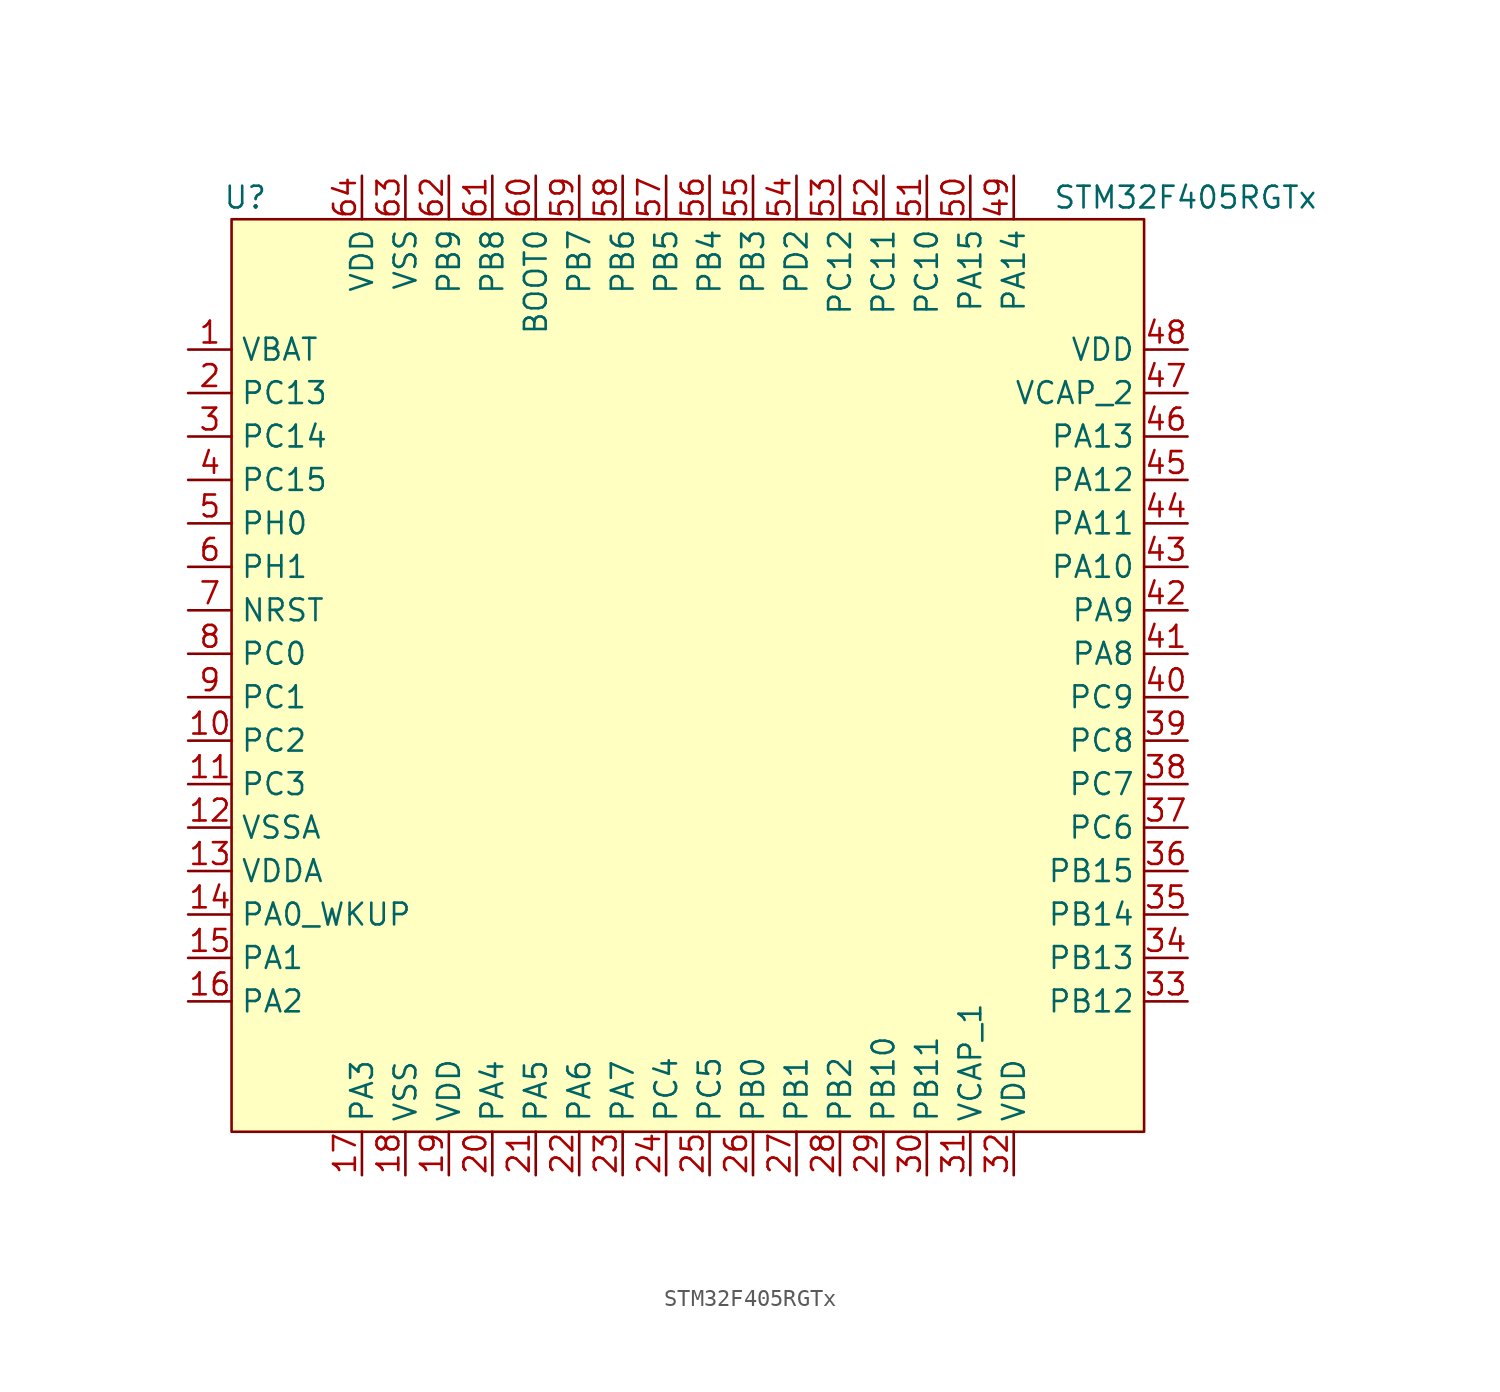
<source format=kicad_sym>
(kicad_symbol_lib
  (version 20231120)
  (generator "kicad_symbol_editor")
  (generator_version "8.0")
  (symbol "STM32F405RGTx"
    (property "Reference" "U"
      (at -25.908 26.67 0)
      (effects (font (size 1.27 1.27)) (justify left)))
    (property "Value" "STM32F405RGTx"
      (at 22.606 26.67 0)
      (effects (font (size 1.27 1.27)) (justify left)))
    (property "ki_locked" ""
      (at 0 0 0)
      (effects (font (size 1.27 1.27))))
    (symbol "STM32F405RGTx_1_1"
      (rectangle (start -25.4 25.4) (end 27.94 -27.94) (stroke (width 0) (type default)) (fill (type background)))
      (pin power_in line (at -27.94 17.78 0) (length 2.54) (name "VBAT" (effects (font (size 1.27 1.27)))) (number "1" (effects (font (size 1.27 1.27)))))
      (pin bidirectional line (at -27.94 -5.08 0) (length 2.54) (name "PC2" (effects (font (size 1.27 1.27)))) (number "10" (effects (font (size 1.27 1.27)))) (alternate "ADC1_IN12" bidirectional line) (alternate "ADC2_IN12" bidirectional line) (alternate "ADC3_IN12" bidirectional line) (alternate "I2S2_ext_SD" bidirectional line) (alternate "SPI2_MISO" bidirectional line) (alternate "USB_OTG_HS_ULPI_DIR" bidirectional line))
      (pin bidirectional line (at -27.94 -7.62 0) (length 2.54) (name "PC3" (effects (font (size 1.27 1.27)))) (number "11" (effects (font (size 1.27 1.27)))) (alternate "ADC1_IN13" bidirectional line) (alternate "ADC2_IN13" bidirectional line) (alternate "ADC3_IN13" bidirectional line) (alternate "I2S2_SD" bidirectional line) (alternate "SPI2_MOSI" bidirectional line) (alternate "USB_OTG_HS_ULPI_NXT" bidirectional line))
      (pin power_in line (at -27.94 -10.16 0) (length 2.54) (name "VSSA" (effects (font (size 1.27 1.27)))) (number "12" (effects (font (size 1.27 1.27)))))
      (pin power_in line (at -27.94 -12.7 0) (length 2.54) (name "VDDA" (effects (font (size 1.27 1.27)))) (number "13" (effects (font (size 1.27 1.27)))))
      (pin bidirectional line (at -27.94 -15.24 0) (length 2.54) (name "PA0_WKUP" (effects (font (size 1.27 1.27)))) (number "14" (effects (font (size 1.27 1.27)))) (alternate "ADC1_IN0" bidirectional line) (alternate "ADC2_IN0" bidirectional line) (alternate "ADC3_IN0" bidirectional line) (alternate "SYS_WKUP" bidirectional line) (alternate "TIM2_CH1" bidirectional line) (alternate "TIM2_ETR" bidirectional line) (alternate "TIM5_CH1" bidirectional line) (alternate "TIM8_ETR" bidirectional line) (alternate "UART4_TX" bidirectional line) (alternate "USART2_CTS" bidirectional line))
      (pin bidirectional line (at -27.94 -17.78 0) (length 2.54) (name "PA1" (effects (font (size 1.27 1.27)))) (number "15" (effects (font (size 1.27 1.27)))) (alternate "ADC1_IN1" bidirectional line) (alternate "ADC2_IN1" bidirectional line) (alternate "ADC3_IN1" bidirectional line) (alternate "TIM2_CH2" bidirectional line) (alternate "TIM5_CH2" bidirectional line) (alternate "UART4_RX" bidirectional line) (alternate "USART2_RTS" bidirectional line))
      (pin bidirectional line (at -27.94 -20.32 0) (length 2.54) (name "PA2" (effects (font (size 1.27 1.27)))) (number "16" (effects (font (size 1.27 1.27)))) (alternate "ADC1_IN2" bidirectional line) (alternate "ADC2_IN2" bidirectional line) (alternate "ADC3_IN2" bidirectional line) (alternate "TIM2_CH3" bidirectional line) (alternate "TIM5_CH3" bidirectional line) (alternate "TIM9_CH1" bidirectional line) (alternate "USART2_TX" bidirectional line))
      (pin bidirectional line (at -17.78 -30.48 90) (length 2.54) (name "PA3" (effects (font (size 1.27 1.27)))) (number "17" (effects (font (size 1.27 1.27)))) (alternate "ADC1_IN3" bidirectional line) (alternate "ADC2_IN3" bidirectional line) (alternate "ADC3_IN3" bidirectional line) (alternate "TIM2_CH4" bidirectional line) (alternate "TIM5_CH4" bidirectional line) (alternate "TIM9_CH2" bidirectional line) (alternate "USART2_RX" bidirectional line) (alternate "USB_OTG_HS_ULPI_D0" bidirectional line))
      (pin power_in line (at -15.24 -30.48 90) (length 2.54) (name "VSS" (effects (font (size 1.27 1.27)))) (number "18" (effects (font (size 1.27 1.27)))))
      (pin power_in line (at -12.7 -30.48 90) (length 2.54) (name "VDD" (effects (font (size 1.27 1.27)))) (number "19" (effects (font (size 1.27 1.27)))))
      (pin bidirectional line (at -27.94 15.24 0) (length 2.54) (name "PC13" (effects (font (size 1.27 1.27)))) (number "2" (effects (font (size 1.27 1.27)))) (alternate "RTC_AF1" bidirectional line))
      (pin bidirectional line (at -10.16 -30.48 90) (length 2.54) (name "PA4" (effects (font (size 1.27 1.27)))) (number "20" (effects (font (size 1.27 1.27)))) (alternate "ADC1_IN4" bidirectional line) (alternate "ADC2_IN4" bidirectional line) (alternate "DAC_OUT1" bidirectional line) (alternate "I2S3_WS" bidirectional line) (alternate "SPI1_NSS" bidirectional line) (alternate "SPI3_NSS" bidirectional line) (alternate "USART2_CK" bidirectional line) (alternate "USB_OTG_HS_SOF" bidirectional line))
      (pin bidirectional line (at -7.62 -30.48 90) (length 2.54) (name "PA5" (effects (font (size 1.27 1.27)))) (number "21" (effects (font (size 1.27 1.27)))) (alternate "ADC1_IN5" bidirectional line) (alternate "ADC2_IN5" bidirectional line) (alternate "DAC_OUT2" bidirectional line) (alternate "SPI1_SCK" bidirectional line) (alternate "TIM2_CH1" bidirectional line) (alternate "TIM2_ETR" bidirectional line) (alternate "TIM8_CH1N" bidirectional line) (alternate "USB_OTG_HS_ULPI_CK" bidirectional line))
      (pin bidirectional line (at -5.08 -30.48 90) (length 2.54) (name "PA6" (effects (font (size 1.27 1.27)))) (number "22" (effects (font (size 1.27 1.27)))) (alternate "ADC1_IN6" bidirectional line) (alternate "ADC2_IN6" bidirectional line) (alternate "SPI1_MISO" bidirectional line) (alternate "TIM13_CH1" bidirectional line) (alternate "TIM1_BKIN" bidirectional line) (alternate "TIM3_CH1" bidirectional line) (alternate "TIM8_BKIN" bidirectional line))
      (pin bidirectional line (at -2.54 -30.48 90) (length 2.54) (name "PA7" (effects (font (size 1.27 1.27)))) (number "23" (effects (font (size 1.27 1.27)))) (alternate "ADC1_IN7" bidirectional line) (alternate "ADC2_IN7" bidirectional line) (alternate "SPI1_MOSI" bidirectional line) (alternate "TIM14_CH1" bidirectional line) (alternate "TIM1_CH1N" bidirectional line) (alternate "TIM3_CH2" bidirectional line) (alternate "TIM8_CH1N" bidirectional line))
      (pin bidirectional line (at 0 -30.48 90) (length 2.54) (name "PC4" (effects (font (size 1.27 1.27)))) (number "24" (effects (font (size 1.27 1.27)))) (alternate "ADC1_IN14" bidirectional line) (alternate "ADC2_IN14" bidirectional line))
      (pin bidirectional line (at 2.54 -30.48 90) (length 2.54) (name "PC5" (effects (font (size 1.27 1.27)))) (number "25" (effects (font (size 1.27 1.27)))) (alternate "ADC1_IN15" bidirectional line) (alternate "ADC2_IN15" bidirectional line))
      (pin bidirectional line (at 5.08 -30.48 90) (length 2.54) (name "PB0" (effects (font (size 1.27 1.27)))) (number "26" (effects (font (size 1.27 1.27)))) (alternate "ADC1_IN8" bidirectional line) (alternate "ADC2_IN8" bidirectional line) (alternate "TIM1_CH2N" bidirectional line) (alternate "TIM3_CH3" bidirectional line) (alternate "TIM8_CH2N" bidirectional line) (alternate "USB_OTG_HS_ULPI_D1" bidirectional line))
      (pin bidirectional line (at 7.62 -30.48 90) (length 2.54) (name "PB1" (effects (font (size 1.27 1.27)))) (number "27" (effects (font (size 1.27 1.27)))) (alternate "ADC1_IN9" bidirectional line) (alternate "ADC2_IN9" bidirectional line) (alternate "TIM1_CH3N" bidirectional line) (alternate "TIM3_CH4" bidirectional line) (alternate "TIM8_CH3N" bidirectional line) (alternate "USB_OTG_HS_ULPI_D2" bidirectional line))
      (pin bidirectional line (at 10.16 -30.48 90) (length 2.54) (name "PB2" (effects (font (size 1.27 1.27)))) (number "28" (effects (font (size 1.27 1.27)))))
      (pin bidirectional line (at 12.7 -30.48 90) (length 2.54) (name "PB10" (effects (font (size 1.27 1.27)))) (number "29" (effects (font (size 1.27 1.27)))) (alternate "I2C2_SCL" bidirectional line) (alternate "I2S2_CK" bidirectional line) (alternate "SPI2_SCK" bidirectional line) (alternate "TIM2_CH3" bidirectional line) (alternate "USART3_TX" bidirectional line) (alternate "USB_OTG_HS_ULPI_D3" bidirectional line))
      (pin bidirectional line (at -27.94 12.7 0) (length 2.54) (name "PC14" (effects (font (size 1.27 1.27)))) (number "3" (effects (font (size 1.27 1.27)))) (alternate "RCC_OSC32_IN" bidirectional line))
      (pin bidirectional line (at 15.24 -30.48 90) (length 2.54) (name "PB11" (effects (font (size 1.27 1.27)))) (number "30" (effects (font (size 1.27 1.27)))) (alternate "ADC1_EXTI11" bidirectional line) (alternate "ADC2_EXTI11" bidirectional line) (alternate "ADC3_EXTI11" bidirectional line) (alternate "I2C2_SDA" bidirectional line) (alternate "TIM2_CH4" bidirectional line) (alternate "USART3_RX" bidirectional line) (alternate "USB_OTG_HS_ULPI_D4" bidirectional line))
      (pin power_out line (at 17.78 -30.48 90) (length 2.54) (name "VCAP_1" (effects (font (size 1.27 1.27)))) (number "31" (effects (font (size 1.27 1.27)))))
      (pin power_in line (at 20.32 -30.48 90) (length 2.54) (name "VDD" (effects (font (size 1.27 1.27)))) (number "32" (effects (font (size 1.27 1.27)))))
      (pin bidirectional line (at 30.48 -20.32 180) (length 2.54) (name "PB12" (effects (font (size 1.27 1.27)))) (number "33" (effects (font (size 1.27 1.27)))) (alternate "CAN2_RX" bidirectional line) (alternate "I2C2_SMBA" bidirectional line) (alternate "I2S2_WS" bidirectional line) (alternate "SPI2_NSS" bidirectional line) (alternate "TIM1_BKIN" bidirectional line) (alternate "USART3_CK" bidirectional line) (alternate "USB_OTG_HS_ID" bidirectional line) (alternate "USB_OTG_HS_ULPI_D5" bidirectional line))
      (pin bidirectional line (at 30.48 -17.78 180) (length 2.54) (name "PB13" (effects (font (size 1.27 1.27)))) (number "34" (effects (font (size 1.27 1.27)))) (alternate "CAN2_TX" bidirectional line) (alternate "I2S2_CK" bidirectional line) (alternate "SPI2_SCK" bidirectional line) (alternate "TIM1_CH1N" bidirectional line) (alternate "USART3_CTS" bidirectional line) (alternate "USB_OTG_HS_ULPI_D6" bidirectional line) (alternate "USB_OTG_HS_VBUS" bidirectional line))
      (pin bidirectional line (at 30.48 -15.24 180) (length 2.54) (name "PB14" (effects (font (size 1.27 1.27)))) (number "35" (effects (font (size 1.27 1.27)))) (alternate "I2S2_ext_SD" bidirectional line) (alternate "SPI2_MISO" bidirectional line) (alternate "TIM12_CH1" bidirectional line) (alternate "TIM1_CH2N" bidirectional line) (alternate "TIM8_CH2N" bidirectional line) (alternate "USART3_RTS" bidirectional line) (alternate "USB_OTG_HS_DM" bidirectional line))
      (pin bidirectional line (at 30.48 -12.7 180) (length 2.54) (name "PB15" (effects (font (size 1.27 1.27)))) (number "36" (effects (font (size 1.27 1.27)))) (alternate "ADC1_EXTI15" bidirectional line) (alternate "ADC2_EXTI15" bidirectional line) (alternate "ADC3_EXTI15" bidirectional line) (alternate "I2S2_SD" bidirectional line) (alternate "RTC_REFIN" bidirectional line) (alternate "SPI2_MOSI" bidirectional line) (alternate "TIM12_CH2" bidirectional line) (alternate "TIM1_CH3N" bidirectional line) (alternate "TIM8_CH3N" bidirectional line) (alternate "USB_OTG_HS_DP" bidirectional line))
      (pin bidirectional line (at 30.48 -10.16 180) (length 2.54) (name "PC6" (effects (font (size 1.27 1.27)))) (number "37" (effects (font (size 1.27 1.27)))) (alternate "I2S2_MCK" bidirectional line) (alternate "SDIO_D6" bidirectional line) (alternate "TIM3_CH1" bidirectional line) (alternate "TIM8_CH1" bidirectional line) (alternate "USART6_TX" bidirectional line))
      (pin bidirectional line (at 30.48 -7.62 180) (length 2.54) (name "PC7" (effects (font (size 1.27 1.27)))) (number "38" (effects (font (size 1.27 1.27)))) (alternate "I2S3_MCK" bidirectional line) (alternate "SDIO_D7" bidirectional line) (alternate "TIM3_CH2" bidirectional line) (alternate "TIM8_CH2" bidirectional line) (alternate "USART6_RX" bidirectional line))
      (pin bidirectional line (at 30.48 -5.08 180) (length 2.54) (name "PC8" (effects (font (size 1.27 1.27)))) (number "39" (effects (font (size 1.27 1.27)))) (alternate "SDIO_D0" bidirectional line) (alternate "TIM3_CH3" bidirectional line) (alternate "TIM8_CH3" bidirectional line) (alternate "USART6_CK" bidirectional line))
      (pin bidirectional line (at -27.94 10.16 0) (length 2.54) (name "PC15" (effects (font (size 1.27 1.27)))) (number "4" (effects (font (size 1.27 1.27)))) (alternate "ADC1_EXTI15" bidirectional line) (alternate "ADC2_EXTI15" bidirectional line) (alternate "ADC3_EXTI15" bidirectional line) (alternate "RCC_OSC32_OUT" bidirectional line))
      (pin bidirectional line (at 30.48 -2.54 180) (length 2.54) (name "PC9" (effects (font (size 1.27 1.27)))) (number "40" (effects (font (size 1.27 1.27)))) (alternate "DAC_EXTI9" bidirectional line) (alternate "I2C3_SDA" bidirectional line) (alternate "I2S_CKIN" bidirectional line) (alternate "RCC_MCO_2" bidirectional line) (alternate "SDIO_D1" bidirectional line) (alternate "TIM3_CH4" bidirectional line) (alternate "TIM8_CH4" bidirectional line))
      (pin bidirectional line (at 30.48 0 180) (length 2.54) (name "PA8" (effects (font (size 1.27 1.27)))) (number "41" (effects (font (size 1.27 1.27)))) (alternate "I2C3_SCL" bidirectional line) (alternate "RCC_MCO_1" bidirectional line) (alternate "TIM1_CH1" bidirectional line) (alternate "USART1_CK" bidirectional line) (alternate "USB_OTG_FS_SOF" bidirectional line))
      (pin bidirectional line (at 30.48 2.54 180) (length 2.54) (name "PA9" (effects (font (size 1.27 1.27)))) (number "42" (effects (font (size 1.27 1.27)))) (alternate "DAC_EXTI9" bidirectional line) (alternate "I2C3_SMBA" bidirectional line) (alternate "TIM1_CH2" bidirectional line) (alternate "USART1_TX" bidirectional line) (alternate "USB_OTG_FS_VBUS" bidirectional line))
      (pin bidirectional line (at 30.48 5.08 180) (length 2.54) (name "PA10" (effects (font (size 1.27 1.27)))) (number "43" (effects (font (size 1.27 1.27)))) (alternate "TIM1_CH3" bidirectional line) (alternate "USART1_RX" bidirectional line) (alternate "USB_OTG_FS_ID" bidirectional line))
      (pin bidirectional line (at 30.48 7.62 180) (length 2.54) (name "PA11" (effects (font (size 1.27 1.27)))) (number "44" (effects (font (size 1.27 1.27)))) (alternate "ADC1_EXTI11" bidirectional line) (alternate "ADC2_EXTI11" bidirectional line) (alternate "ADC3_EXTI11" bidirectional line) (alternate "CAN1_RX" bidirectional line) (alternate "TIM1_CH4" bidirectional line) (alternate "USART1_CTS" bidirectional line) (alternate "USB_OTG_FS_DM" bidirectional line))
      (pin bidirectional line (at 30.48 10.16 180) (length 2.54) (name "PA12" (effects (font (size 1.27 1.27)))) (number "45" (effects (font (size 1.27 1.27)))) (alternate "CAN1_TX" bidirectional line) (alternate "TIM1_ETR" bidirectional line) (alternate "USART1_RTS" bidirectional line) (alternate "USB_OTG_FS_DP" bidirectional line))
      (pin bidirectional line (at 30.48 12.7 180) (length 2.54) (name "PA13" (effects (font (size 1.27 1.27)))) (number "46" (effects (font (size 1.27 1.27)))) (alternate "SYS_JTMS-SWDIO" bidirectional line))
      (pin power_out line (at 30.48 15.24 180) (length 2.54) (name "VCAP_2" (effects (font (size 1.27 1.27)))) (number "47" (effects (font (size 1.27 1.27)))))
      (pin power_in line (at 30.48 17.78 180) (length 2.54) (name "VDD" (effects (font (size 1.27 1.27)))) (number "48" (effects (font (size 1.27 1.27)))))
      (pin bidirectional line (at 20.32 27.94 270) (length 2.54) (name "PA14" (effects (font (size 1.27 1.27)))) (number "49" (effects (font (size 1.27 1.27)))) (alternate "SYS_JTCK-SWCLK" bidirectional line))
      (pin bidirectional line (at -27.94 7.62 0) (length 2.54) (name "PH0" (effects (font (size 1.27 1.27)))) (number "5" (effects (font (size 1.27 1.27)))) (alternate "RCC_OSC_IN" bidirectional line))
      (pin bidirectional line (at 17.78 27.94 270) (length 2.54) (name "PA15" (effects (font (size 1.27 1.27)))) (number "50" (effects (font (size 1.27 1.27)))) (alternate "ADC1_EXTI15" bidirectional line) (alternate "ADC2_EXTI15" bidirectional line) (alternate "ADC3_EXTI15" bidirectional line) (alternate "I2S3_WS" bidirectional line) (alternate "SPI1_NSS" bidirectional line) (alternate "SPI3_NSS" bidirectional line) (alternate "SYS_JTDI" bidirectional line) (alternate "TIM2_CH1" bidirectional line) (alternate "TIM2_ETR" bidirectional line))
      (pin bidirectional line (at 15.24 27.94 270) (length 2.54) (name "PC10" (effects (font (size 1.27 1.27)))) (number "51" (effects (font (size 1.27 1.27)))) (alternate "I2S3_CK" bidirectional line) (alternate "SDIO_D2" bidirectional line) (alternate "SPI3_SCK" bidirectional line) (alternate "UART4_TX" bidirectional line) (alternate "USART3_TX" bidirectional line))
      (pin bidirectional line (at 12.7 27.94 270) (length 2.54) (name "PC11" (effects (font (size 1.27 1.27)))) (number "52" (effects (font (size 1.27 1.27)))) (alternate "ADC1_EXTI11" bidirectional line) (alternate "ADC2_EXTI11" bidirectional line) (alternate "ADC3_EXTI11" bidirectional line) (alternate "I2S3_ext_SD" bidirectional line) (alternate "SDIO_D3" bidirectional line) (alternate "SPI3_MISO" bidirectional line) (alternate "UART4_RX" bidirectional line) (alternate "USART3_RX" bidirectional line))
      (pin bidirectional line (at 10.16 27.94 270) (length 2.54) (name "PC12" (effects (font (size 1.27 1.27)))) (number "53" (effects (font (size 1.27 1.27)))) (alternate "I2S3_SD" bidirectional line) (alternate "SDIO_CK" bidirectional line) (alternate "SPI3_MOSI" bidirectional line) (alternate "UART5_TX" bidirectional line) (alternate "USART3_CK" bidirectional line))
      (pin bidirectional line (at 7.62 27.94 270) (length 2.54) (name "PD2" (effects (font (size 1.27 1.27)))) (number "54" (effects (font (size 1.27 1.27)))) (alternate "SDIO_CMD" bidirectional line) (alternate "TIM3_ETR" bidirectional line) (alternate "UART5_RX" bidirectional line))
      (pin bidirectional line (at 5.08 27.94 270) (length 2.54) (name "PB3" (effects (font (size 1.27 1.27)))) (number "55" (effects (font (size 1.27 1.27)))) (alternate "I2S3_CK" bidirectional line) (alternate "SPI1_SCK" bidirectional line) (alternate "SPI3_SCK" bidirectional line) (alternate "SYS_JTDO-SWO" bidirectional line) (alternate "TIM2_CH2" bidirectional line))
      (pin bidirectional line (at 2.54 27.94 270) (length 2.54) (name "PB4" (effects (font (size 1.27 1.27)))) (number "56" (effects (font (size 1.27 1.27)))) (alternate "I2S3_ext_SD" bidirectional line) (alternate "SPI1_MISO" bidirectional line) (alternate "SPI3_MISO" bidirectional line) (alternate "SYS_JTRST" bidirectional line) (alternate "TIM3_CH1" bidirectional line))
      (pin bidirectional line (at 0 27.94 270) (length 2.54) (name "PB5" (effects (font (size 1.27 1.27)))) (number "57" (effects (font (size 1.27 1.27)))) (alternate "CAN2_RX" bidirectional line) (alternate "I2C1_SMBA" bidirectional line) (alternate "I2S3_SD" bidirectional line) (alternate "SPI1_MOSI" bidirectional line) (alternate "SPI3_MOSI" bidirectional line) (alternate "TIM3_CH2" bidirectional line) (alternate "USB_OTG_HS_ULPI_D7" bidirectional line))
      (pin bidirectional line (at -2.54 27.94 270) (length 2.54) (name "PB6" (effects (font (size 1.27 1.27)))) (number "58" (effects (font (size 1.27 1.27)))) (alternate "CAN2_TX" bidirectional line) (alternate "I2C1_SCL" bidirectional line) (alternate "TIM4_CH1" bidirectional line) (alternate "USART1_TX" bidirectional line))
      (pin bidirectional line (at -5.08 27.94 270) (length 2.54) (name "PB7" (effects (font (size 1.27 1.27)))) (number "59" (effects (font (size 1.27 1.27)))) (alternate "I2C1_SDA" bidirectional line) (alternate "TIM4_CH2" bidirectional line) (alternate "USART1_RX" bidirectional line))
      (pin bidirectional line (at -27.94 5.08 0) (length 2.54) (name "PH1" (effects (font (size 1.27 1.27)))) (number "6" (effects (font (size 1.27 1.27)))) (alternate "RCC_OSC_OUT" bidirectional line))
      (pin input line (at -7.62 27.94 270) (length 2.54) (name "BOOT0" (effects (font (size 1.27 1.27)))) (number "60" (effects (font (size 1.27 1.27)))))
      (pin bidirectional line (at -10.16 27.94 270) (length 2.54) (name "PB8" (effects (font (size 1.27 1.27)))) (number "61" (effects (font (size 1.27 1.27)))) (alternate "CAN1_RX" bidirectional line) (alternate "I2C1_SCL" bidirectional line) (alternate "SDIO_D4" bidirectional line) (alternate "TIM10_CH1" bidirectional line) (alternate "TIM4_CH3" bidirectional line))
      (pin bidirectional line (at -12.7 27.94 270) (length 2.54) (name "PB9" (effects (font (size 1.27 1.27)))) (number "62" (effects (font (size 1.27 1.27)))) (alternate "CAN1_TX" bidirectional line) (alternate "DAC_EXTI9" bidirectional line) (alternate "I2C1_SDA" bidirectional line) (alternate "I2S2_WS" bidirectional line) (alternate "SDIO_D5" bidirectional line) (alternate "SPI2_NSS" bidirectional line) (alternate "TIM11_CH1" bidirectional line) (alternate "TIM4_CH4" bidirectional line))
      (pin passive line (at -15.24 27.94 270) (length 2.54) (name "VSS" (effects (font (size 1.27 1.27)))) (number "63" (effects (font (size 1.27 1.27)))))
      (pin power_in line (at -17.78 27.94 270) (length 2.54) (name "VDD" (effects (font (size 1.27 1.27)))) (number "64" (effects (font (size 1.27 1.27)))))
      (pin input line (at -27.94 2.54 0) (length 2.54) (name "NRST" (effects (font (size 1.27 1.27)))) (number "7" (effects (font (size 1.27 1.27)))))
      (pin bidirectional line (at -27.94 0 0) (length 2.54) (name "PC0" (effects (font (size 1.27 1.27)))) (number "8" (effects (font (size 1.27 1.27)))) (alternate "ADC1_IN10" bidirectional line) (alternate "ADC2_IN10" bidirectional line) (alternate "ADC3_IN10" bidirectional line) (alternate "USB_OTG_HS_ULPI_STP" bidirectional line))
      (pin bidirectional line (at -27.94 -2.54 0) (length 2.54) (name "PC1" (effects (font (size 1.27 1.27)))) (number "9" (effects (font (size 1.27 1.27)))) (alternate "ADC1_IN11" bidirectional line) (alternate "ADC2_IN11" bidirectional line) (alternate "ADC3_IN11" bidirectional line)))))
</source>
